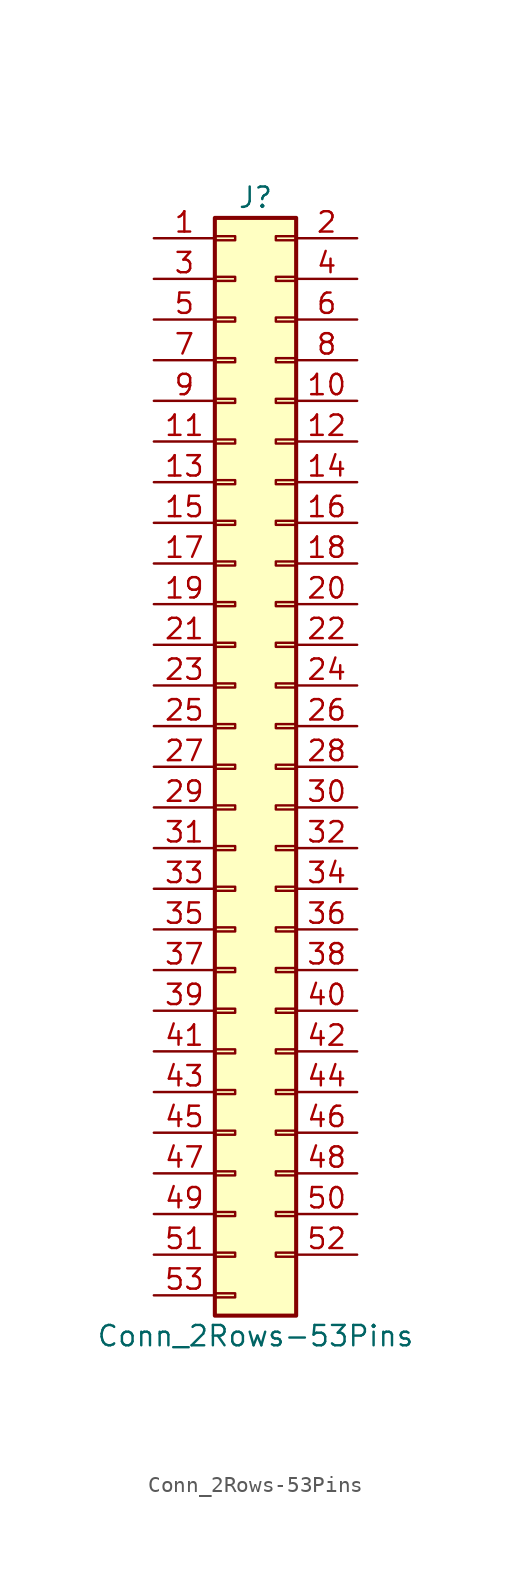
<source format=kicad_sym>
(kicad_symbol_lib
  (version 20201005)
  (generator kicad_symbol_editor)
  (symbol "Connector_Generic:Conn_2Rows-53Pins"
    (pin_names
      (offset 1.016) hide)
    (property "Reference" "J"
      (at 1.27 35.56 0)
      (effects (font (size 1.27 1.27))))
    (property "Value" "Conn_2Rows-53Pins"
      (at 1.27 -35.56 0)
      (effects (font (size 1.27 1.27))))
    (symbol "Conn_2Rows-53Pins_1_1"
      (rectangle (start -1.27 -27.813) (end 0 -28.067) (stroke (width 0.152)) (fill (type none)))
      (rectangle (start -1.27 -30.353) (end 0 -30.607) (stroke (width 0.152)) (fill (type none)))
      (rectangle (start -1.27 -32.893) (end 0 -33.147) (stroke (width 0.152)) (fill (type none)))
      (rectangle (start -1.27 -4.953) (end 0 -5.207) (stroke (width 0.152)) (fill (type none)))
      (rectangle (start -1.27 -7.493) (end 0 -7.747) (stroke (width 0.152)) (fill (type none)))
      (rectangle (start -1.27 -10.033) (end 0 -10.287) (stroke (width 0.152)) (fill (type none)))
      (rectangle (start -1.27 -12.573) (end 0 -12.827) (stroke (width 0.152)) (fill (type none)))
      (rectangle (start -1.27 -15.113) (end 0 -15.367) (stroke (width 0.152)) (fill (type none)))
      (rectangle (start -1.27 -17.653) (end 0 -17.907) (stroke (width 0.152)) (fill (type none)))
      (rectangle (start -1.27 -20.193) (end 0 -20.447) (stroke (width 0.152)) (fill (type none)))
      (rectangle (start -1.27 -22.733) (end 0 -22.987) (stroke (width 0.152)) (fill (type none)))
      (rectangle (start -1.27 -2.413) (end 0 -2.667) (stroke (width 0.152)) (fill (type none)))
      (rectangle (start -1.27 -25.273) (end 0 -25.527) (stroke (width 0.152)) (fill (type none)))
      (rectangle (start -1.27 25.527) (end 0 25.273) (stroke (width 0.152)) (fill (type none)))
      (rectangle (start -1.27 2.667) (end 0 2.413) (stroke (width 0.152)) (fill (type none)))
      (rectangle (start -1.27 28.067) (end 0 27.813) (stroke (width 0.152)) (fill (type none)))
      (rectangle (start -1.27 30.607) (end 0 30.353) (stroke (width 0.152)) (fill (type none)))
      (rectangle (start -1.27 33.147) (end 0 32.893) (stroke (width 0.152)) (fill (type none)))
      (rectangle (start -1.27 34.29) (end 3.81 -34.29) (stroke (width 0.254)) (fill (type background)))
      (rectangle (start -1.27 5.207) (end 0 4.953) (stroke (width 0.152)) (fill (type none)))
      (rectangle (start -1.27 7.747) (end 0 7.493) (stroke (width 0.152)) (fill (type none)))
      (rectangle (start -1.27 10.287) (end 0 10.033) (stroke (width 0.152)) (fill (type none)))
      (rectangle (start -1.27 0.127) (end 0 -0.127) (stroke (width 0.152)) (fill (type none)))
      (rectangle (start -1.27 12.827) (end 0 12.573) (stroke (width 0.152)) (fill (type none)))
      (rectangle (start -1.27 15.367) (end 0 15.113) (stroke (width 0.152)) (fill (type none)))
      (rectangle (start -1.27 17.907) (end 0 17.653) (stroke (width 0.152)) (fill (type none)))
      (rectangle (start -1.27 20.447) (end 0 20.193) (stroke (width 0.152)) (fill (type none)))
      (rectangle (start -1.27 22.987) (end 0 22.733) (stroke (width 0.152)) (fill (type none)))
      (rectangle (start 3.81 -27.813) (end 2.54 -28.067) (stroke (width 0.152)) (fill (type none)))
      (rectangle (start 3.81 -30.353) (end 2.54 -30.607) (stroke (width 0.152)) (fill (type none)))
      (rectangle (start 3.81 -4.953) (end 2.54 -5.207) (stroke (width 0.152)) (fill (type none)))
      (rectangle (start 3.81 -7.493) (end 2.54 -7.747) (stroke (width 0.152)) (fill (type none)))
      (rectangle (start 3.81 -10.033) (end 2.54 -10.287) (stroke (width 0.152)) (fill (type none)))
      (rectangle (start 3.81 -12.573) (end 2.54 -12.827) (stroke (width 0.152)) (fill (type none)))
      (rectangle (start 3.81 -15.113) (end 2.54 -15.367) (stroke (width 0.152)) (fill (type none)))
      (rectangle (start 3.81 -17.653) (end 2.54 -17.907) (stroke (width 0.152)) (fill (type none)))
      (rectangle (start 3.81 -20.193) (end 2.54 -20.447) (stroke (width 0.152)) (fill (type none)))
      (rectangle (start 3.81 -22.733) (end 2.54 -22.987) (stroke (width 0.152)) (fill (type none)))
      (rectangle (start 3.81 -2.413) (end 2.54 -2.667) (stroke (width 0.152)) (fill (type none)))
      (rectangle (start 3.81 -25.273) (end 2.54 -25.527) (stroke (width 0.152)) (fill (type none)))
      (rectangle (start 3.81 25.527) (end 2.54 25.273) (stroke (width 0.152)) (fill (type none)))
      (rectangle (start 3.81 2.667) (end 2.54 2.413) (stroke (width 0.152)) (fill (type none)))
      (rectangle (start 3.81 28.067) (end 2.54 27.813) (stroke (width 0.152)) (fill (type none)))
      (rectangle (start 3.81 30.607) (end 2.54 30.353) (stroke (width 0.152)) (fill (type none)))
      (rectangle (start 3.81 33.147) (end 2.54 32.893) (stroke (width 0.152)) (fill (type none)))
      (rectangle (start 3.81 5.207) (end 2.54 4.953) (stroke (width 0.152)) (fill (type none)))
      (rectangle (start 3.81 7.747) (end 2.54 7.493) (stroke (width 0.152)) (fill (type none)))
      (rectangle (start 3.81 10.287) (end 2.54 10.033) (stroke (width 0.152)) (fill (type none)))
      (rectangle (start 3.81 0.127) (end 2.54 -0.127) (stroke (width 0.152)) (fill (type none)))
      (rectangle (start 3.81 12.827) (end 2.54 12.573) (stroke (width 0.152)) (fill (type none)))
      (rectangle (start 3.81 15.367) (end 2.54 15.113) (stroke (width 0.152)) (fill (type none)))
      (rectangle (start 3.81 17.907) (end 2.54 17.653) (stroke (width 0.152)) (fill (type none)))
      (rectangle (start 3.81 20.447) (end 2.54 20.193) (stroke (width 0.152)) (fill (type none)))
      (rectangle (start 3.81 22.987) (end 2.54 22.733) (stroke (width 0.152)) (fill (type none)))
      (pin passive line (at -5.08 33.02 0) (length 3.81) (name "Pin_1" (effects (font (size 1.27 1.27)))) (number "1" (effects (font (size 1.27 1.27)))))
      (pin passive line (at 7.62 22.86 180) (length 3.81) (name "Pin_10" (effects (font (size 1.27 1.27)))) (number "10" (effects (font (size 1.27 1.27)))))
      (pin passive line (at -5.08 20.32 0) (length 3.81) (name "Pin_11" (effects (font (size 1.27 1.27)))) (number "11" (effects (font (size 1.27 1.27)))))
      (pin passive line (at 7.62 20.32 180) (length 3.81) (name "Pin_12" (effects (font (size 1.27 1.27)))) (number "12" (effects (font (size 1.27 1.27)))))
      (pin passive line (at -5.08 17.78 0) (length 3.81) (name "Pin_13" (effects (font (size 1.27 1.27)))) (number "13" (effects (font (size 1.27 1.27)))))
      (pin passive line (at 7.62 17.78 180) (length 3.81) (name "Pin_14" (effects (font (size 1.27 1.27)))) (number "14" (effects (font (size 1.27 1.27)))))
      (pin passive line (at -5.08 15.24 0) (length 3.81) (name "Pin_15" (effects (font (size 1.27 1.27)))) (number "15" (effects (font (size 1.27 1.27)))))
      (pin passive line (at 7.62 15.24 180) (length 3.81) (name "Pin_16" (effects (font (size 1.27 1.27)))) (number "16" (effects (font (size 1.27 1.27)))))
      (pin passive line (at -5.08 12.7 0) (length 3.81) (name "Pin_17" (effects (font (size 1.27 1.27)))) (number "17" (effects (font (size 1.27 1.27)))))
      (pin passive line (at 7.62 12.7 180) (length 3.81) (name "Pin_18" (effects (font (size 1.27 1.27)))) (number "18" (effects (font (size 1.27 1.27)))))
      (pin passive line (at -5.08 10.16 0) (length 3.81) (name "Pin_19" (effects (font (size 1.27 1.27)))) (number "19" (effects (font (size 1.27 1.27)))))
      (pin passive line (at 7.62 33.02 180) (length 3.81) (name "Pin_2" (effects (font (size 1.27 1.27)))) (number "2" (effects (font (size 1.27 1.27)))))
      (pin passive line (at 7.62 10.16 180) (length 3.81) (name "Pin_20" (effects (font (size 1.27 1.27)))) (number "20" (effects (font (size 1.27 1.27)))))
      (pin passive line (at -5.08 7.62 0) (length 3.81) (name "Pin_21" (effects (font (size 1.27 1.27)))) (number "21" (effects (font (size 1.27 1.27)))))
      (pin passive line (at 7.62 7.62 180) (length 3.81) (name "Pin_22" (effects (font (size 1.27 1.27)))) (number "22" (effects (font (size 1.27 1.27)))))
      (pin passive line (at -5.08 5.08 0) (length 3.81) (name "Pin_23" (effects (font (size 1.27 1.27)))) (number "23" (effects (font (size 1.27 1.27)))))
      (pin passive line (at 7.62 5.08 180) (length 3.81) (name "Pin_24" (effects (font (size 1.27 1.27)))) (number "24" (effects (font (size 1.27 1.27)))))
      (pin passive line (at -5.08 2.54 0) (length 3.81) (name "Pin_25" (effects (font (size 1.27 1.27)))) (number "25" (effects (font (size 1.27 1.27)))))
      (pin passive line (at 7.62 2.54 180) (length 3.81) (name "Pin_26" (effects (font (size 1.27 1.27)))) (number "26" (effects (font (size 1.27 1.27)))))
      (pin passive line (at -5.08 0 0) (length 3.81) (name "Pin_27" (effects (font (size 1.27 1.27)))) (number "27" (effects (font (size 1.27 1.27)))))
      (pin passive line (at 7.62 0 180) (length 3.81) (name "Pin_28" (effects (font (size 1.27 1.27)))) (number "28" (effects (font (size 1.27 1.27)))))
      (pin passive line (at -5.08 -2.54 0) (length 3.81) (name "Pin_29" (effects (font (size 1.27 1.27)))) (number "29" (effects (font (size 1.27 1.27)))))
      (pin passive line (at -5.08 30.48 0) (length 3.81) (name "Pin_3" (effects (font (size 1.27 1.27)))) (number "3" (effects (font (size 1.27 1.27)))))
      (pin passive line (at 7.62 -2.54 180) (length 3.81) (name "Pin_30" (effects (font (size 1.27 1.27)))) (number "30" (effects (font (size 1.27 1.27)))))
      (pin passive line (at -5.08 -5.08 0) (length 3.81) (name "Pin_31" (effects (font (size 1.27 1.27)))) (number "31" (effects (font (size 1.27 1.27)))))
      (pin passive line (at 7.62 -5.08 180) (length 3.81) (name "Pin_32" (effects (font (size 1.27 1.27)))) (number "32" (effects (font (size 1.27 1.27)))))
      (pin passive line (at -5.08 -7.62 0) (length 3.81) (name "Pin_33" (effects (font (size 1.27 1.27)))) (number "33" (effects (font (size 1.27 1.27)))))
      (pin passive line (at 7.62 -7.62 180) (length 3.81) (name "Pin_34" (effects (font (size 1.27 1.27)))) (number "34" (effects (font (size 1.27 1.27)))))
      (pin passive line (at -5.08 -10.16 0) (length 3.81) (name "Pin_35" (effects (font (size 1.27 1.27)))) (number "35" (effects (font (size 1.27 1.27)))))
      (pin passive line (at 7.62 -10.16 180) (length 3.81) (name "Pin_36" (effects (font (size 1.27 1.27)))) (number "36" (effects (font (size 1.27 1.27)))))
      (pin passive line (at -5.08 -12.7 0) (length 3.81) (name "Pin_37" (effects (font (size 1.27 1.27)))) (number "37" (effects (font (size 1.27 1.27)))))
      (pin passive line (at 7.62 -12.7 180) (length 3.81) (name "Pin_38" (effects (font (size 1.27 1.27)))) (number "38" (effects (font (size 1.27 1.27)))))
      (pin passive line (at -5.08 -15.24 0) (length 3.81) (name "Pin_39" (effects (font (size 1.27 1.27)))) (number "39" (effects (font (size 1.27 1.27)))))
      (pin passive line (at 7.62 30.48 180) (length 3.81) (name "Pin_4" (effects (font (size 1.27 1.27)))) (number "4" (effects (font (size 1.27 1.27)))))
      (pin passive line (at 7.62 -15.24 180) (length 3.81) (name "Pin_40" (effects (font (size 1.27 1.27)))) (number "40" (effects (font (size 1.27 1.27)))))
      (pin passive line (at -5.08 -17.78 0) (length 3.81) (name "Pin_41" (effects (font (size 1.27 1.27)))) (number "41" (effects (font (size 1.27 1.27)))))
      (pin passive line (at 7.62 -17.78 180) (length 3.81) (name "Pin_42" (effects (font (size 1.27 1.27)))) (number "42" (effects (font (size 1.27 1.27)))))
      (pin passive line (at -5.08 -20.32 0) (length 3.81) (name "Pin_43" (effects (font (size 1.27 1.27)))) (number "43" (effects (font (size 1.27 1.27)))))
      (pin passive line (at 7.62 -20.32 180) (length 3.81) (name "Pin_44" (effects (font (size 1.27 1.27)))) (number "44" (effects (font (size 1.27 1.27)))))
      (pin passive line (at -5.08 -22.86 0) (length 3.81) (name "Pin_45" (effects (font (size 1.27 1.27)))) (number "45" (effects (font (size 1.27 1.27)))))
      (pin passive line (at 7.62 -22.86 180) (length 3.81) (name "Pin_46" (effects (font (size 1.27 1.27)))) (number "46" (effects (font (size 1.27 1.27)))))
      (pin passive line (at -5.08 -25.4 0) (length 3.81) (name "Pin_47" (effects (font (size 1.27 1.27)))) (number "47" (effects (font (size 1.27 1.27)))))
      (pin passive line (at 7.62 -25.4 180) (length 3.81) (name "Pin_48" (effects (font (size 1.27 1.27)))) (number "48" (effects (font (size 1.27 1.27)))))
      (pin passive line (at -5.08 -27.94 0) (length 3.81) (name "Pin_49" (effects (font (size 1.27 1.27)))) (number "49" (effects (font (size 1.27 1.27)))))
      (pin passive line (at -5.08 27.94 0) (length 3.81) (name "Pin_5" (effects (font (size 1.27 1.27)))) (number "5" (effects (font (size 1.27 1.27)))))
      (pin passive line (at 7.62 -27.94 180) (length 3.81) (name "Pin_50" (effects (font (size 1.27 1.27)))) (number "50" (effects (font (size 1.27 1.27)))))
      (pin passive line (at -5.08 -30.48 0) (length 3.81) (name "Pin_51" (effects (font (size 1.27 1.27)))) (number "51" (effects (font (size 1.27 1.27)))))
      (pin passive line (at 7.62 -30.48 180) (length 3.81) (name "Pin_52" (effects (font (size 1.27 1.27)))) (number "52" (effects (font (size 1.27 1.27)))))
      (pin passive line (at -5.08 -33.02 0) (length 3.81) (name "Pin_53" (effects (font (size 1.27 1.27)))) (number "53" (effects (font (size 1.27 1.27)))))
      (pin passive line (at 7.62 27.94 180) (length 3.81) (name "Pin_6" (effects (font (size 1.27 1.27)))) (number "6" (effects (font (size 1.27 1.27)))))
      (pin passive line (at -5.08 25.4 0) (length 3.81) (name "Pin_7" (effects (font (size 1.27 1.27)))) (number "7" (effects (font (size 1.27 1.27)))))
      (pin passive line (at 7.62 25.4 180) (length 3.81) (name "Pin_8" (effects (font (size 1.27 1.27)))) (number "8" (effects (font (size 1.27 1.27)))))
      (pin passive line (at -5.08 22.86 0) (length 3.81) (name "Pin_9" (effects (font (size 1.27 1.27)))) (number "9" (effects (font (size 1.27 1.27))))))))
</source>
